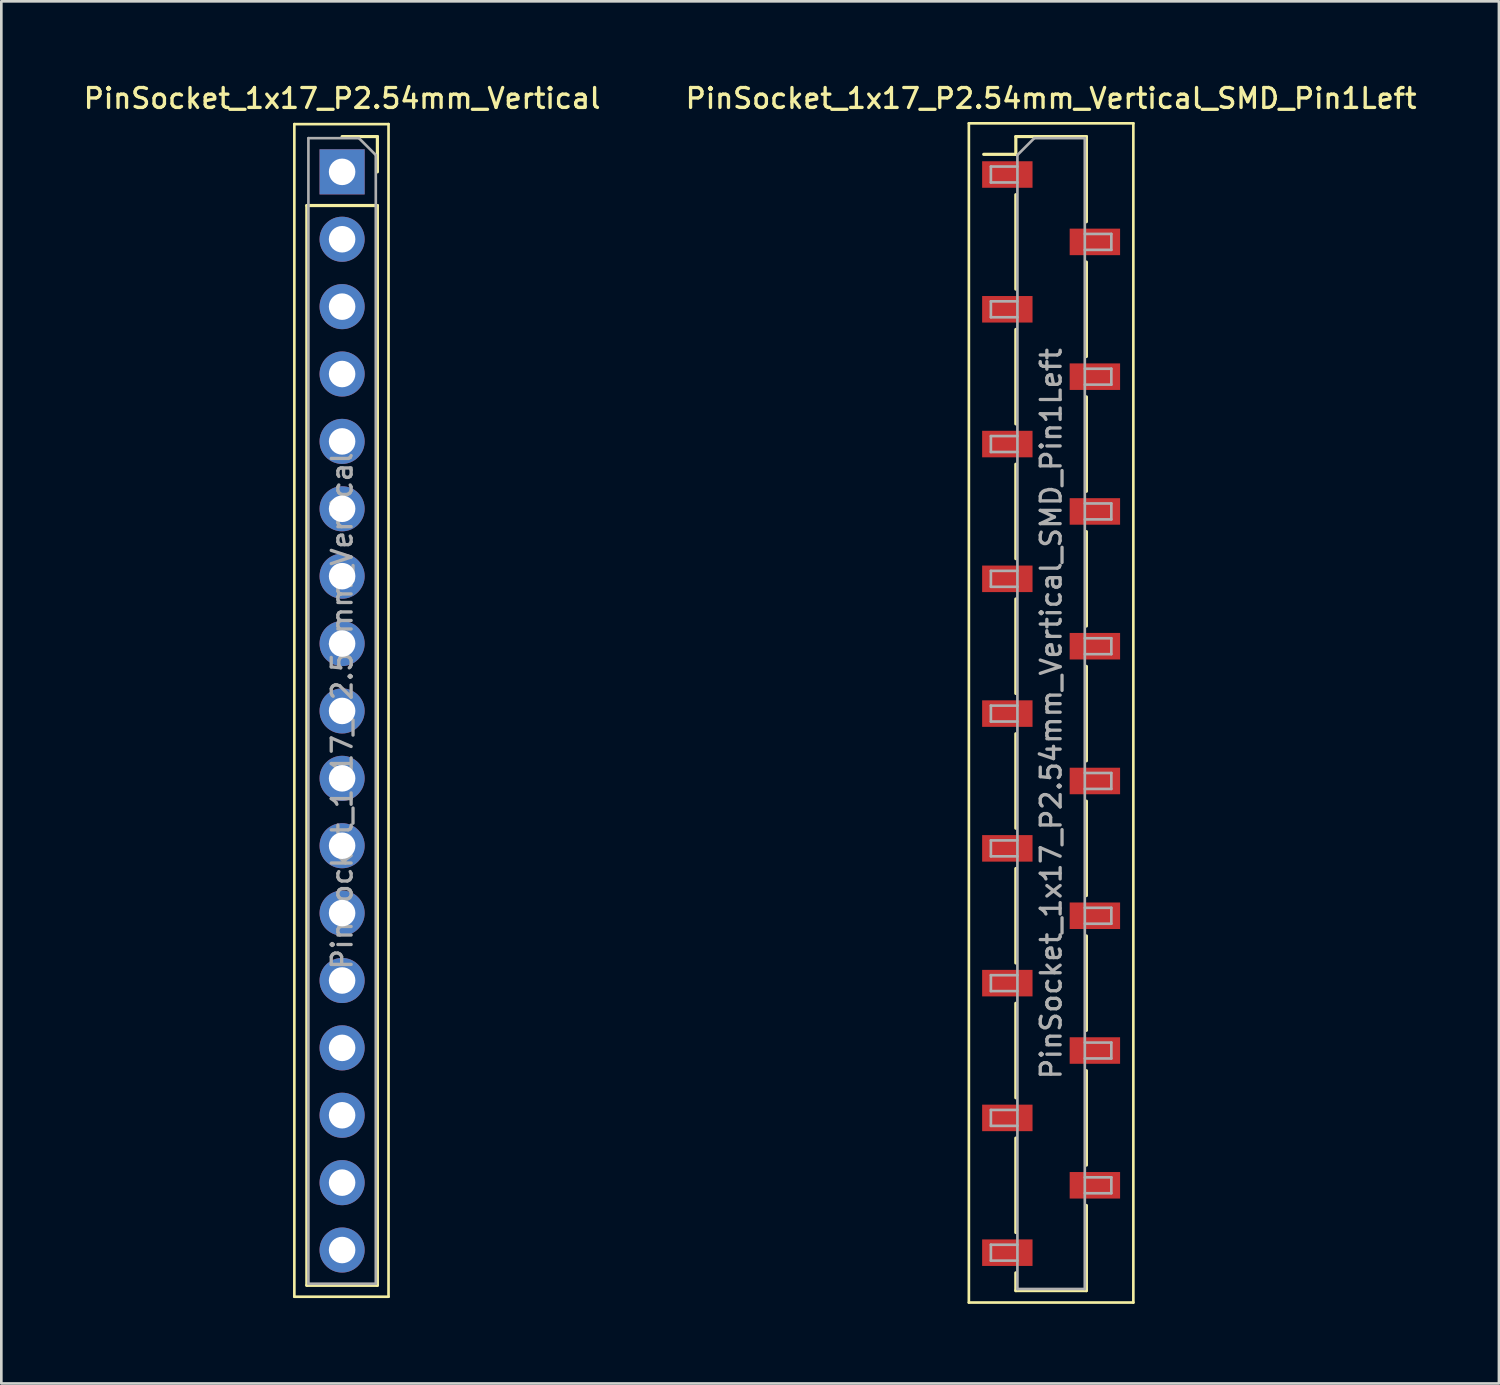
<source format=kicad_pcb>
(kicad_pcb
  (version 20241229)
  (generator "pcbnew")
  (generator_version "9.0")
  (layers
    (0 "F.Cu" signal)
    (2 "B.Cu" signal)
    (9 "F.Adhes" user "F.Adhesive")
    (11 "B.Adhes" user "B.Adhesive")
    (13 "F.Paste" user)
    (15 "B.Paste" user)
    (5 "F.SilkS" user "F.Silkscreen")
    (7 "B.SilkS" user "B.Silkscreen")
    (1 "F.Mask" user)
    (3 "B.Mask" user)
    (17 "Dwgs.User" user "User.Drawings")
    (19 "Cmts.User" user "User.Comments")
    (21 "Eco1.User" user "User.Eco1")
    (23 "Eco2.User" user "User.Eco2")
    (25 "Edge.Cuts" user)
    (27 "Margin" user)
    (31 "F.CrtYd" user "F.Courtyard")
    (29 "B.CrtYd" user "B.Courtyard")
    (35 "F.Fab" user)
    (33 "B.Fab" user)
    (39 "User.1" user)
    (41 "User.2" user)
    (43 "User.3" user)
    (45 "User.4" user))
  (footprint "PinSocket_1x17_P2.54mm_Vertical"
    (layer "F.Cu")
    (at 9.845 3.428)
    (property "Reference" "PinSocket_1x17_P2.54mm_Vertical" (at 0 -2.77 0) (layer "F.SilkS") (effects (font (size 0.75 0.75) (thickness 0.125))))
    (attr through_hole)
    (fp_line (start -1.8 -1.8) (end 1.75 -1.8) (stroke (width 0.1) (type solid)) (layer "F.SilkS"))
    (fp_line (start -1.8 42.4) (end -1.8 -1.8) (stroke (width 0.1) (type solid)) (layer "F.SilkS"))
    (fp_line (start -1.33 1.27) (end -1.33 41.97) (stroke (width 0.12) (type solid)) (layer "F.SilkS"))
    (fp_line (start -1.33 1.27) (end 1.33 1.27) (stroke (width 0.12) (type solid)) (layer "F.SilkS"))
    (fp_line (start -1.33 41.97) (end 1.33 41.97) (stroke (width 0.12) (type solid)) (layer "F.SilkS"))
    (fp_line (start 0 -1.33) (end 1.33 -1.33) (stroke (width 0.12) (type solid)) (layer "F.SilkS"))
    (fp_line (start 1.33 -1.33) (end 1.33 0) (stroke (width 0.12) (type solid)) (layer "F.SilkS"))
    (fp_line (start 1.33 1.27) (end 1.33 41.97) (stroke (width 0.12) (type solid)) (layer "F.SilkS"))
    (fp_line (start 1.75 -1.8) (end 1.75 42.4) (stroke (width 0.1) (type solid)) (layer "F.SilkS"))
    (fp_line (start 1.75 42.4) (end -1.8 42.4) (stroke (width 0.1) (type solid)) (layer "F.SilkS"))
    (fp_line (start -1.27 -1.27) (end 0.635 -1.27) (stroke (width 0.1) (type solid)) (layer "F.Fab"))
    (fp_line (start -1.27 41.91) (end -1.27 -1.27) (stroke (width 0.1) (type solid)) (layer "F.Fab"))
    (fp_line (start 0.635 -1.27) (end 1.27 -0.635) (stroke (width 0.1) (type solid)) (layer "F.Fab"))
    (fp_line (start 1.27 -0.635) (end 1.27 41.91) (stroke (width 0.1) (type solid)) (layer "F.Fab"))
    (fp_line (start 1.27 41.91) (end -1.27 41.91) (stroke (width 0.1) (type solid)) (layer "F.Fab"))
    (fp_text user "${REFERENCE}" (at 0 20.32 90) (layer "F.Fab") (effects (font (size 0.75 0.75) (thickness 0.125))))
    (pad "1" thru_hole rect (at 0 0) (size 1.7 1.7) (drill 1) (layers "*.Cu" "*.Mask"))
    (pad "2" thru_hole oval (at 0 2.54) (size 1.7 1.7) (drill 1) (layers "*.Cu" "*.Mask"))
    (pad "3" thru_hole oval (at 0 5.08) (size 1.7 1.7) (drill 1) (layers "*.Cu" "*.Mask"))
    (pad "4" thru_hole oval (at 0 7.62) (size 1.7 1.7) (drill 1) (layers "*.Cu" "*.Mask"))
    (pad "5" thru_hole oval (at 0 10.16) (size 1.7 1.7) (drill 1) (layers "*.Cu" "*.Mask"))
    (pad "6" thru_hole oval (at 0 12.7) (size 1.7 1.7) (drill 1) (layers "*.Cu" "*.Mask"))
    (pad "7" thru_hole oval (at 0 15.24) (size 1.7 1.7) (drill 1) (layers "*.Cu" "*.Mask"))
    (pad "8" thru_hole oval (at 0 17.78) (size 1.7 1.7) (drill 1) (layers "*.Cu" "*.Mask"))
    (pad "9" thru_hole oval (at 0 20.32) (size 1.7 1.7) (drill 1) (layers "*.Cu" "*.Mask"))
    (pad "10" thru_hole oval (at 0 22.86) (size 1.7 1.7) (drill 1) (layers "*.Cu" "*.Mask"))
    (pad "11" thru_hole oval (at 0 25.4) (size 1.7 1.7) (drill 1) (layers "*.Cu" "*.Mask"))
    (pad "12" thru_hole oval (at 0 27.94) (size 1.7 1.7) (drill 1) (layers "*.Cu" "*.Mask"))
    (pad "13" thru_hole oval (at 0 30.48) (size 1.7 1.7) (drill 1) (layers "*.Cu" "*.Mask"))
    (pad "14" thru_hole oval (at 0 33.02) (size 1.7 1.7) (drill 1) (layers "*.Cu" "*.Mask"))
    (pad "15" thru_hole oval (at 0 35.56) (size 1.7 1.7) (drill 1) (layers "*.Cu" "*.Mask"))
    (pad "16" thru_hole oval (at 0 38.1) (size 1.7 1.7) (drill 1) (layers "*.Cu" "*.Mask"))
    (pad "17" thru_hole oval (at 0 40.64) (size 1.7 1.7) (drill 1) (layers "*.Cu" "*.Mask")))
  (footprint "PinSocket_1x17_P2.54mm_Vertical_SMD_Pin1Left"
    (layer "F.Cu")
    (at 36.57 23.848)
    (property "Reference" "PinSocket_1x17_P2.54mm_Vertical_SMD_Pin1Left" (at 0 -23.19 0) (layer "F.SilkS") (effects (font (size 0.75 0.75) (thickness 0.125))))
    (attr smd)
    (fp_line (start -3.1 -22.25) (end 3.1 -22.25) (stroke (width 0.1) (type solid)) (layer "F.SilkS"))
    (fp_line (start -3.1 22.2) (end -3.1 -22.25) (stroke (width 0.1) (type solid)) (layer "F.SilkS"))
    (fp_line (start -2.54 -21.08) (end -1.33 -21.08) (stroke (width 0.12) (type solid)) (layer "F.SilkS"))
    (fp_line (start -1.33 -21.75) (end -1.33 -21.08) (stroke (width 0.12) (type solid)) (layer "F.SilkS"))
    (fp_line (start -1.33 -21.75) (end 1.33 -21.75) (stroke (width 0.12) (type solid)) (layer "F.SilkS"))
    (fp_line (start -1.33 -19.56) (end -1.33 -16) (stroke (width 0.12) (type solid)) (layer "F.SilkS"))
    (fp_line (start -1.33 -14.48) (end -1.33 -10.92) (stroke (width 0.12) (type solid)) (layer "F.SilkS"))
    (fp_line (start -1.33 -9.4) (end -1.33 -5.84) (stroke (width 0.12) (type solid)) (layer "F.SilkS"))
    (fp_line (start -1.33 -4.32) (end -1.33 -0.76) (stroke (width 0.12) (type solid)) (layer "F.SilkS"))
    (fp_line (start -1.33 0.76) (end -1.33 4.32) (stroke (width 0.12) (type solid)) (layer "F.SilkS"))
    (fp_line (start -1.33 5.84) (end -1.33 9.4) (stroke (width 0.12) (type solid)) (layer "F.SilkS"))
    (fp_line (start -1.33 10.92) (end -1.33 14.48) (stroke (width 0.12) (type solid)) (layer "F.SilkS"))
    (fp_line (start -1.33 16) (end -1.33 19.56) (stroke (width 0.12) (type solid)) (layer "F.SilkS"))
    (fp_line (start -1.33 21.08) (end -1.33 21.75) (stroke (width 0.12) (type solid)) (layer "F.SilkS"))
    (fp_line (start -1.33 21.75) (end 1.33 21.75) (stroke (width 0.12) (type solid)) (layer "F.SilkS"))
    (fp_line (start 1.33 -21.75) (end 1.33 -18.54) (stroke (width 0.12) (type solid)) (layer "F.SilkS"))
    (fp_line (start 1.33 -17.02) (end 1.33 -13.46) (stroke (width 0.12) (type solid)) (layer "F.SilkS"))
    (fp_line (start 1.33 -11.94) (end 1.33 -8.38) (stroke (width 0.12) (type solid)) (layer "F.SilkS"))
    (fp_line (start 1.33 -6.86) (end 1.33 -3.3) (stroke (width 0.12) (type solid)) (layer "F.SilkS"))
    (fp_line (start 1.33 -1.78) (end 1.33 1.78) (stroke (width 0.12) (type solid)) (layer "F.SilkS"))
    (fp_line (start 1.33 3.3) (end 1.33 6.86) (stroke (width 0.12) (type solid)) (layer "F.SilkS"))
    (fp_line (start 1.33 8.38) (end 1.33 11.94) (stroke (width 0.12) (type solid)) (layer "F.SilkS"))
    (fp_line (start 1.33 13.46) (end 1.33 17.02) (stroke (width 0.12) (type solid)) (layer "F.SilkS"))
    (fp_line (start 1.33 18.54) (end 1.33 21.75) (stroke (width 0.12) (type solid)) (layer "F.SilkS"))
    (fp_line (start 3.1 -22.25) (end 3.1 22.2) (stroke (width 0.1) (type solid)) (layer "F.SilkS"))
    (fp_line (start 3.1 22.2) (end -3.1 22.2) (stroke (width 0.1) (type solid)) (layer "F.SilkS"))
    (fp_line (start -2.27 -20.62) (end -1.27 -20.62) (stroke (width 0.1) (type solid)) (layer "F.Fab"))
    (fp_line (start -2.27 -20.02) (end -2.27 -20.62) (stroke (width 0.1) (type solid)) (layer "F.Fab"))
    (fp_line (start -2.27 -15.54) (end -1.27 -15.54) (stroke (width 0.1) (type solid)) (layer "F.Fab"))
    (fp_line (start -2.27 -14.94) (end -2.27 -15.54) (stroke (width 0.1) (type solid)) (layer "F.Fab"))
    (fp_line (start -2.27 -10.46) (end -1.27 -10.46) (stroke (width 0.1) (type solid)) (layer "F.Fab"))
    (fp_line (start -2.27 -9.86) (end -2.27 -10.46) (stroke (width 0.1) (type solid)) (layer "F.Fab"))
    (fp_line (start -2.27 -5.38) (end -1.27 -5.38) (stroke (width 0.1) (type solid)) (layer "F.Fab"))
    (fp_line (start -2.27 -4.78) (end -2.27 -5.38) (stroke (width 0.1) (type solid)) (layer "F.Fab"))
    (fp_line (start -2.27 -0.3) (end -1.27 -0.3) (stroke (width 0.1) (type solid)) (layer "F.Fab"))
    (fp_line (start -2.27 0.3) (end -2.27 -0.3) (stroke (width 0.1) (type solid)) (layer "F.Fab"))
    (fp_line (start -2.27 4.78) (end -1.27 4.78) (stroke (width 0.1) (type solid)) (layer "F.Fab"))
    (fp_line (start -2.27 5.38) (end -2.27 4.78) (stroke (width 0.1) (type solid)) (layer "F.Fab"))
    (fp_line (start -2.27 9.86) (end -1.27 9.86) (stroke (width 0.1) (type solid)) (layer "F.Fab"))
    (fp_line (start -2.27 10.46) (end -2.27 9.86) (stroke (width 0.1) (type solid)) (layer "F.Fab"))
    (fp_line (start -2.27 14.94) (end -1.27 14.94) (stroke (width 0.1) (type solid)) (layer "F.Fab"))
    (fp_line (start -2.27 15.54) (end -2.27 14.94) (stroke (width 0.1) (type solid)) (layer "F.Fab"))
    (fp_line (start -2.27 20.02) (end -1.27 20.02) (stroke (width 0.1) (type solid)) (layer "F.Fab"))
    (fp_line (start -2.27 20.62) (end -2.27 20.02) (stroke (width 0.1) (type solid)) (layer "F.Fab"))
    (fp_line (start -1.27 -21.055) (end -0.635 -21.69) (stroke (width 0.1) (type solid)) (layer "F.Fab"))
    (fp_line (start -1.27 -20.02) (end -2.27 -20.02) (stroke (width 0.1) (type solid)) (layer "F.Fab"))
    (fp_line (start -1.27 -14.94) (end -2.27 -14.94) (stroke (width 0.1) (type solid)) (layer "F.Fab"))
    (fp_line (start -1.27 -9.86) (end -2.27 -9.86) (stroke (width 0.1) (type solid)) (layer "F.Fab"))
    (fp_line (start -1.27 -4.78) (end -2.27 -4.78) (stroke (width 0.1) (type solid)) (layer "F.Fab"))
    (fp_line (start -1.27 0.3) (end -2.27 0.3) (stroke (width 0.1) (type solid)) (layer "F.Fab"))
    (fp_line (start -1.27 5.38) (end -2.27 5.38) (stroke (width 0.1) (type solid)) (layer "F.Fab"))
    (fp_line (start -1.27 10.46) (end -2.27 10.46) (stroke (width 0.1) (type solid)) (layer "F.Fab"))
    (fp_line (start -1.27 15.54) (end -2.27 15.54) (stroke (width 0.1) (type solid)) (layer "F.Fab"))
    (fp_line (start -1.27 20.62) (end -2.27 20.62) (stroke (width 0.1) (type solid)) (layer "F.Fab"))
    (fp_line (start -1.27 21.69) (end -1.27 -21.055) (stroke (width 0.1) (type solid)) (layer "F.Fab"))
    (fp_line (start -0.635 -21.69) (end 1.27 -21.69) (stroke (width 0.1) (type solid)) (layer "F.Fab"))
    (fp_line (start 1.27 -21.69) (end 1.27 21.69) (stroke (width 0.1) (type solid)) (layer "F.Fab"))
    (fp_line (start 1.27 -18.08) (end 2.27 -18.08) (stroke (width 0.1) (type solid)) (layer "F.Fab"))
    (fp_line (start 1.27 -13) (end 2.27 -13) (stroke (width 0.1) (type solid)) (layer "F.Fab"))
    (fp_line (start 1.27 -7.92) (end 2.27 -7.92) (stroke (width 0.1) (type solid)) (layer "F.Fab"))
    (fp_line (start 1.27 -2.84) (end 2.27 -2.84) (stroke (width 0.1) (type solid)) (layer "F.Fab"))
    (fp_line (start 1.27 2.24) (end 2.27 2.24) (stroke (width 0.1) (type solid)) (layer "F.Fab"))
    (fp_line (start 1.27 7.32) (end 2.27 7.32) (stroke (width 0.1) (type solid)) (layer "F.Fab"))
    (fp_line (start 1.27 12.4) (end 2.27 12.4) (stroke (width 0.1) (type solid)) (layer "F.Fab"))
    (fp_line (start 1.27 17.48) (end 2.27 17.48) (stroke (width 0.1) (type solid)) (layer "F.Fab"))
    (fp_line (start 1.27 21.69) (end -1.27 21.69) (stroke (width 0.1) (type solid)) (layer "F.Fab"))
    (fp_line (start 2.27 -18.08) (end 2.27 -17.48) (stroke (width 0.1) (type solid)) (layer "F.Fab"))
    (fp_line (start 2.27 -17.48) (end 1.27 -17.48) (stroke (width 0.1) (type solid)) (layer "F.Fab"))
    (fp_line (start 2.27 -13) (end 2.27 -12.4) (stroke (width 0.1) (type solid)) (layer "F.Fab"))
    (fp_line (start 2.27 -12.4) (end 1.27 -12.4) (stroke (width 0.1) (type solid)) (layer "F.Fab"))
    (fp_line (start 2.27 -7.92) (end 2.27 -7.32) (stroke (width 0.1) (type solid)) (layer "F.Fab"))
    (fp_line (start 2.27 -7.32) (end 1.27 -7.32) (stroke (width 0.1) (type solid)) (layer "F.Fab"))
    (fp_line (start 2.27 -2.84) (end 2.27 -2.24) (stroke (width 0.1) (type solid)) (layer "F.Fab"))
    (fp_line (start 2.27 -2.24) (end 1.27 -2.24) (stroke (width 0.1) (type solid)) (layer "F.Fab"))
    (fp_line (start 2.27 2.24) (end 2.27 2.84) (stroke (width 0.1) (type solid)) (layer "F.Fab"))
    (fp_line (start 2.27 2.84) (end 1.27 2.84) (stroke (width 0.1) (type solid)) (layer "F.Fab"))
    (fp_line (start 2.27 7.32) (end 2.27 7.92) (stroke (width 0.1) (type solid)) (layer "F.Fab"))
    (fp_line (start 2.27 7.92) (end 1.27 7.92) (stroke (width 0.1) (type solid)) (layer "F.Fab"))
    (fp_line (start 2.27 12.4) (end 2.27 13) (stroke (width 0.1) (type solid)) (layer "F.Fab"))
    (fp_line (start 2.27 13) (end 1.27 13) (stroke (width 0.1) (type solid)) (layer "F.Fab"))
    (fp_line (start 2.27 17.48) (end 2.27 18.08) (stroke (width 0.1) (type solid)) (layer "F.Fab"))
    (fp_line (start 2.27 18.08) (end 1.27 18.08) (stroke (width 0.1) (type solid)) (layer "F.Fab"))
    (fp_text user "${REFERENCE}" (at 0 0 90) (layer "F.Fab") (effects (font (size 0.75 0.75) (thickness 0.125))))
    (pad "1" smd rect (at -1.65 -20.32) (size 1.9 1) (layers "F.Cu" "F.Mask" "F.Paste"))
    (pad "2" smd rect (at 1.65 -17.78) (size 1.9 1) (layers "F.Cu" "F.Mask" "F.Paste"))
    (pad "3" smd rect (at -1.65 -15.24) (size 1.9 1) (layers "F.Cu" "F.Mask" "F.Paste"))
    (pad "4" smd rect (at 1.65 -12.7) (size 1.9 1) (layers "F.Cu" "F.Mask" "F.Paste"))
    (pad "5" smd rect (at -1.65 -10.16) (size 1.9 1) (layers "F.Cu" "F.Mask" "F.Paste"))
    (pad "6" smd rect (at 1.65 -7.62) (size 1.9 1) (layers "F.Cu" "F.Mask" "F.Paste"))
    (pad "7" smd rect (at -1.65 -5.08) (size 1.9 1) (layers "F.Cu" "F.Mask" "F.Paste"))
    (pad "8" smd rect (at 1.65 -2.54) (size 1.9 1) (layers "F.Cu" "F.Mask" "F.Paste"))
    (pad "9" smd rect (at -1.65 0) (size 1.9 1) (layers "F.Cu" "F.Mask" "F.Paste"))
    (pad "10" smd rect (at 1.65 2.54) (size 1.9 1) (layers "F.Cu" "F.Mask" "F.Paste"))
    (pad "11" smd rect (at -1.65 5.08) (size 1.9 1) (layers "F.Cu" "F.Mask" "F.Paste"))
    (pad "12" smd rect (at 1.65 7.62) (size 1.9 1) (layers "F.Cu" "F.Mask" "F.Paste"))
    (pad "13" smd rect (at -1.65 10.16) (size 1.9 1) (layers "F.Cu" "F.Mask" "F.Paste"))
    (pad "14" smd rect (at 1.65 12.7) (size 1.9 1) (layers "F.Cu" "F.Mask" "F.Paste"))
    (pad "15" smd rect (at -1.65 15.24) (size 1.9 1) (layers "F.Cu" "F.Mask" "F.Paste"))
    (pad "16" smd rect (at 1.65 17.78) (size 1.9 1) (layers "F.Cu" "F.Mask" "F.Paste"))
    (pad "17" smd rect (at -1.65 20.32) (size 1.9 1) (layers "F.Cu" "F.Mask" "F.Paste")))
  (gr_rect
    (start -3 -3)
    (end 53.45 49.098)
    (stroke (width 0.1) (type default))
    (fill no)
    (layer "Edge.Cuts")))
</source>
